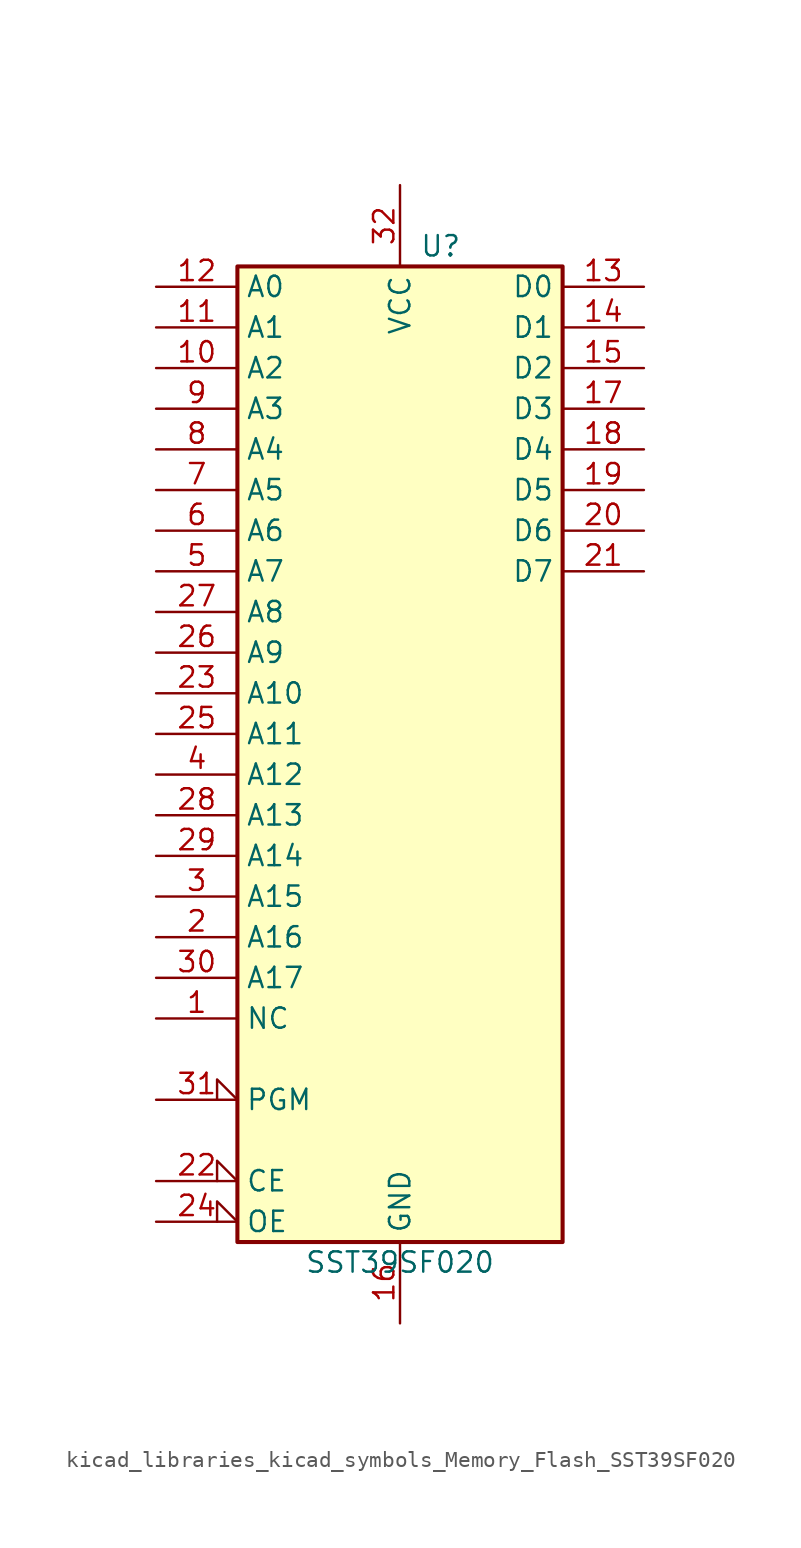
<source format=kicad_sym>
(kicad_symbol_lib
  (version 20220914)
  (generator kicad_symbol_editor)
  (symbol "kicad_libraries_kicad_symbols_Memory_Flash_SST39SF020"
    (property "Reference" "U"
      (at 2.54 33.02 0)
      (effects (font (size 1.27 1.27))))
    (property "Value" "SST39SF020"
      (at 0 -30.48 0)
      (effects (font (size 1.27 1.27))))
    (symbol "kicad_libraries_kicad_symbols_Memory_Flash_SST39SF020_0_0"
      (pin power_in line (at 0 -34.29 90) (length 5.08) (name "GND" (effects (font (size 1.27 1.27)))) (number "16" (effects (font (size 1.27 1.27)))))
      (pin power_in line (at 0 36.83 270) (length 5.08) (name "VCC" (effects (font (size 1.27 1.27)))) (number "32" (effects (font (size 1.27 1.27))))))
    (symbol "kicad_libraries_kicad_symbols_Memory_Flash_SST39SF020_0_1"
      (rectangle (start -10.16 31.75) (end 10.16 -29.21) (stroke (width 0.254) (type default)) (fill (type background))))
    (symbol "kicad_libraries_kicad_symbols_Memory_Flash_SST39SF020_1_1"
      (pin input line (at -15.24 -15.24 0) (length 5.08) (name "NC" (effects (font (size 1.27 1.27)))) (number "1" (effects (font (size 1.27 1.27)))))
      (pin input line (at -15.24 25.4 0) (length 5.08) (name "A2" (effects (font (size 1.27 1.27)))) (number "10" (effects (font (size 1.27 1.27)))))
      (pin input line (at -15.24 27.94 0) (length 5.08) (name "A1" (effects (font (size 1.27 1.27)))) (number "11" (effects (font (size 1.27 1.27)))))
      (pin input line (at -15.24 30.48 0) (length 5.08) (name "A0" (effects (font (size 1.27 1.27)))) (number "12" (effects (font (size 1.27 1.27)))))
      (pin tri_state line (at 15.24 30.48 180) (length 5.08) (name "D0" (effects (font (size 1.27 1.27)))) (number "13" (effects (font (size 1.27 1.27)))))
      (pin tri_state line (at 15.24 27.94 180) (length 5.08) (name "D1" (effects (font (size 1.27 1.27)))) (number "14" (effects (font (size 1.27 1.27)))))
      (pin tri_state line (at 15.24 25.4 180) (length 5.08) (name "D2" (effects (font (size 1.27 1.27)))) (number "15" (effects (font (size 1.27 1.27)))))
      (pin tri_state line (at 15.24 22.86 180) (length 5.08) (name "D3" (effects (font (size 1.27 1.27)))) (number "17" (effects (font (size 1.27 1.27)))))
      (pin tri_state line (at 15.24 20.32 180) (length 5.08) (name "D4" (effects (font (size 1.27 1.27)))) (number "18" (effects (font (size 1.27 1.27)))))
      (pin tri_state line (at 15.24 17.78 180) (length 5.08) (name "D5" (effects (font (size 1.27 1.27)))) (number "19" (effects (font (size 1.27 1.27)))))
      (pin input line (at -15.24 -10.16 0) (length 5.08) (name "A16" (effects (font (size 1.27 1.27)))) (number "2" (effects (font (size 1.27 1.27)))))
      (pin tri_state line (at 15.24 15.24 180) (length 5.08) (name "D6" (effects (font (size 1.27 1.27)))) (number "20" (effects (font (size 1.27 1.27)))))
      (pin tri_state line (at 15.24 12.7 180) (length 5.08) (name "D7" (effects (font (size 1.27 1.27)))) (number "21" (effects (font (size 1.27 1.27)))))
      (pin input input_low (at -15.24 -25.4 0) (length 5.08) (name "CE" (effects (font (size 1.27 1.27)))) (number "22" (effects (font (size 1.27 1.27)))))
      (pin input line (at -15.24 5.08 0) (length 5.08) (name "A10" (effects (font (size 1.27 1.27)))) (number "23" (effects (font (size 1.27 1.27)))))
      (pin input input_low (at -15.24 -27.94 0) (length 5.08) (name "OE" (effects (font (size 1.27 1.27)))) (number "24" (effects (font (size 1.27 1.27)))))
      (pin input line (at -15.24 2.54 0) (length 5.08) (name "A11" (effects (font (size 1.27 1.27)))) (number "25" (effects (font (size 1.27 1.27)))))
      (pin input line (at -15.24 7.62 0) (length 5.08) (name "A9" (effects (font (size 1.27 1.27)))) (number "26" (effects (font (size 1.27 1.27)))))
      (pin input line (at -15.24 10.16 0) (length 5.08) (name "A8" (effects (font (size 1.27 1.27)))) (number "27" (effects (font (size 1.27 1.27)))))
      (pin input line (at -15.24 -2.54 0) (length 5.08) (name "A13" (effects (font (size 1.27 1.27)))) (number "28" (effects (font (size 1.27 1.27)))))
      (pin input line (at -15.24 -5.08 0) (length 5.08) (name "A14" (effects (font (size 1.27 1.27)))) (number "29" (effects (font (size 1.27 1.27)))))
      (pin input line (at -15.24 -7.62 0) (length 5.08) (name "A15" (effects (font (size 1.27 1.27)))) (number "3" (effects (font (size 1.27 1.27)))))
      (pin input line (at -15.24 -12.7 0) (length 5.08) (name "A17" (effects (font (size 1.27 1.27)))) (number "30" (effects (font (size 1.27 1.27)))))
      (pin input input_low (at -15.24 -20.32 0) (length 5.08) (name "PGM" (effects (font (size 1.27 1.27)))) (number "31" (effects (font (size 1.27 1.27)))))
      (pin input line (at -15.24 0 0) (length 5.08) (name "A12" (effects (font (size 1.27 1.27)))) (number "4" (effects (font (size 1.27 1.27)))))
      (pin input line (at -15.24 12.7 0) (length 5.08) (name "A7" (effects (font (size 1.27 1.27)))) (number "5" (effects (font (size 1.27 1.27)))))
      (pin input line (at -15.24 15.24 0) (length 5.08) (name "A6" (effects (font (size 1.27 1.27)))) (number "6" (effects (font (size 1.27 1.27)))))
      (pin input line (at -15.24 17.78 0) (length 5.08) (name "A5" (effects (font (size 1.27 1.27)))) (number "7" (effects (font (size 1.27 1.27)))))
      (pin input line (at -15.24 20.32 0) (length 5.08) (name "A4" (effects (font (size 1.27 1.27)))) (number "8" (effects (font (size 1.27 1.27)))))
      (pin input line (at -15.24 22.86 0) (length 5.08) (name "A3" (effects (font (size 1.27 1.27)))) (number "9" (effects (font (size 1.27 1.27))))))))
</source>
